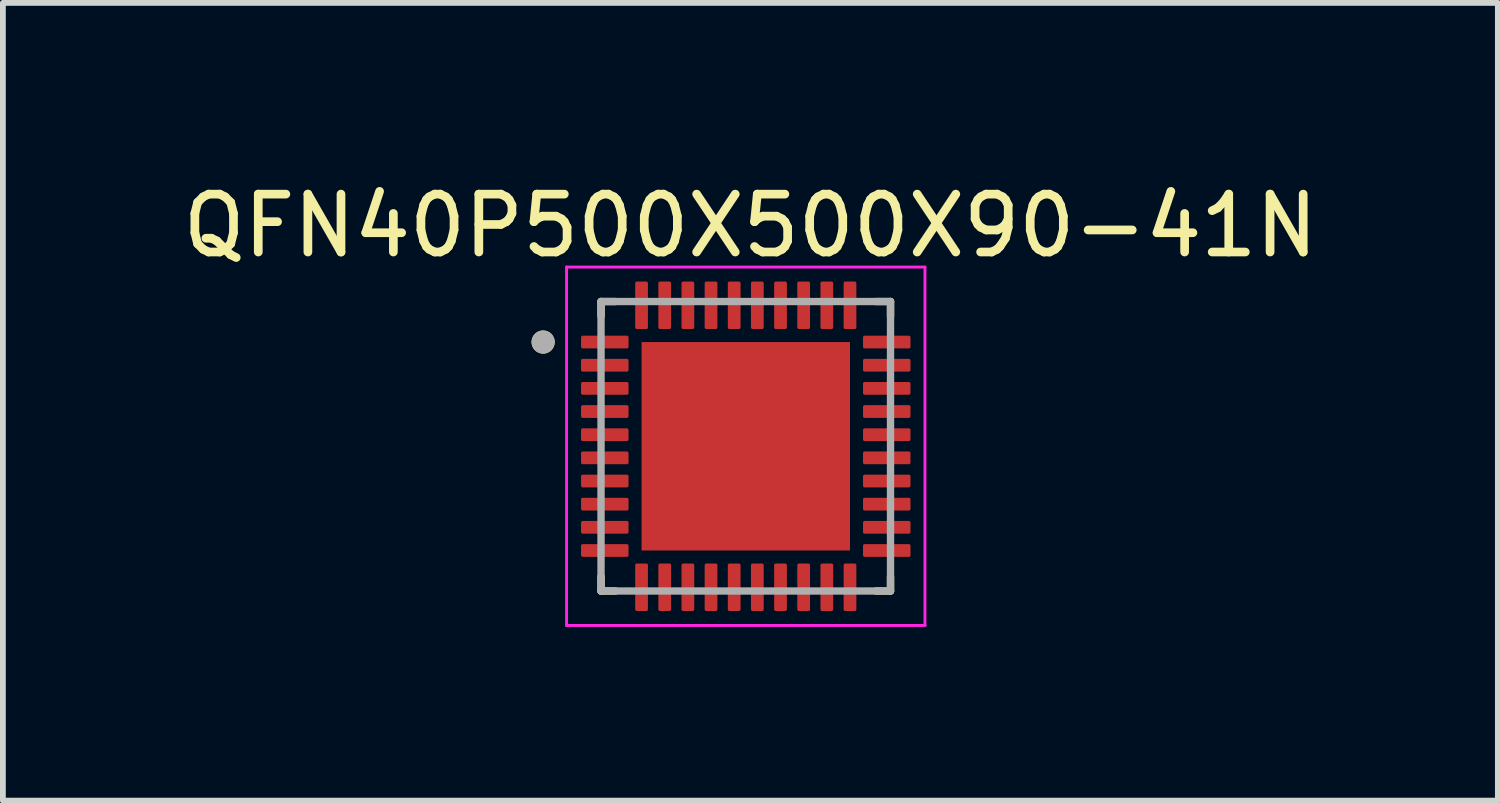
<source format=kicad_pcb>
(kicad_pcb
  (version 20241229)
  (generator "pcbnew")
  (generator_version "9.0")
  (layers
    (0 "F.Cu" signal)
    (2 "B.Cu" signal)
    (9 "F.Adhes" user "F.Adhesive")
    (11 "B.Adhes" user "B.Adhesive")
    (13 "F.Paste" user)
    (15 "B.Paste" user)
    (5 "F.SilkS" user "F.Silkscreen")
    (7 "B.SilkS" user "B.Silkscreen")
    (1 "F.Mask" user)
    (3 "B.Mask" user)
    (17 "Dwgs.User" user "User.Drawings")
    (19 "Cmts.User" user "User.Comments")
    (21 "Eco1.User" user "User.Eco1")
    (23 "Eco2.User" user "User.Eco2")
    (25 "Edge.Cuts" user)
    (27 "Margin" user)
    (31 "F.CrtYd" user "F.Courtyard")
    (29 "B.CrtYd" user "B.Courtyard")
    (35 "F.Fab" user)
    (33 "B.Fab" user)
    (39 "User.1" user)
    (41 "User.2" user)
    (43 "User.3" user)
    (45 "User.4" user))
  (footprint "QFN40P500X500X90-41N"
    (layer "F.Cu")
    (at 9.831 4.658)
    (property "Reference" "QFN40P500X500X90-41N" (at 0.08 -3.81 0) (layer "F.SilkS") (effects (font (size 1 1) (thickness 0.15))))
    (attr smd)
    (fp_line (start -2.5 -2.5) (end -2.5 -2.25) (stroke (width 0.127) (type solid)) (layer "F.SilkS"))
    (fp_line (start -2.5 -2.5) (end -2.25 -2.5) (stroke (width 0.127) (type solid)) (layer "F.SilkS"))
    (fp_line (start -2.5 2.25) (end -2.5 2.5) (stroke (width 0.127) (type solid)) (layer "F.SilkS"))
    (fp_line (start -2.5 2.5) (end -2.25 2.5) (stroke (width 0.127) (type solid)) (layer "F.SilkS"))
    (fp_line (start 2.25 -2.5) (end 2.5 -2.5) (stroke (width 0.127) (type solid)) (layer "F.SilkS"))
    (fp_line (start 2.25 2.5) (end 2.5 2.5) (stroke (width 0.127) (type solid)) (layer "F.SilkS"))
    (fp_line (start 2.5 -2.5) (end 2.5 -2.25) (stroke (width 0.127) (type solid)) (layer "F.SilkS"))
    (fp_line (start 2.5 2.5) (end 2.5 2.25) (stroke (width 0.127) (type solid)) (layer "F.SilkS"))
    (fp_circle (center -3.5 -1.8) (end -3.4 -1.8) (stroke (width 0.2) (type solid)) (fill no) (layer "F.SilkS"))
    (fp_poly (pts (xy -1.14 -1.14) (xy 1.14 -1.14) (xy 1.14 1.14) (xy -1.14 1.14)) (stroke (width 0.01) (type solid)) (fill yes) (layer "F.Paste"))
    (fp_line (start -3.095 -3.095) (end 3.095 -3.095) (stroke (width 0.05) (type solid)) (layer "F.CrtYd"))
    (fp_line (start -3.095 3.095) (end -3.095 -3.095) (stroke (width 0.05) (type solid)) (layer "F.CrtYd"))
    (fp_line (start 3.095 -3.095) (end 3.095 3.095) (stroke (width 0.05) (type solid)) (layer "F.CrtYd"))
    (fp_line (start 3.095 3.095) (end -3.095 3.095) (stroke (width 0.05) (type solid)) (layer "F.CrtYd"))
    (fp_line (start -2.5 -2.5) (end 2.5 -2.5) (stroke (width 0.127) (type solid)) (layer "F.Fab"))
    (fp_line (start -2.5 2.5) (end -2.5 -2.5) (stroke (width 0.127) (type solid)) (layer "F.Fab"))
    (fp_line (start 2.5 -2.5) (end 2.5 2.5) (stroke (width 0.127) (type solid)) (layer "F.Fab"))
    (fp_line (start 2.5 2.5) (end -2.5 2.5) (stroke (width 0.127) (type solid)) (layer "F.Fab"))
    (fp_circle (center -3.5 -1.8) (end -3.4 -1.8) (stroke (width 0.2) (type solid)) (fill no) (layer "F.Fab"))
    (pad "1" smd roundrect (at -2.435 -1.8) (size 0.82 0.22) (layers "F.Cu" "F.Paste") (roundrect_rratio 0.125))
    (pad "2" smd roundrect (at -2.435 -1.4) (size 0.82 0.22) (layers "F.Cu" "F.Paste") (roundrect_rratio 0.125))
    (pad "3" smd roundrect (at -2.435 -1) (size 0.82 0.22) (layers "F.Cu" "F.Paste") (roundrect_rratio 0.125))
    (pad "4" smd roundrect (at -2.435 -0.6) (size 0.82 0.22) (layers "F.Cu" "F.Paste") (roundrect_rratio 0.125))
    (pad "5" smd roundrect (at -2.435 -0.2) (size 0.82 0.22) (layers "F.Cu" "F.Paste") (roundrect_rratio 0.125))
    (pad "6" smd roundrect (at -2.435 0.2) (size 0.82 0.22) (layers "F.Cu" "F.Paste") (roundrect_rratio 0.125))
    (pad "7" smd roundrect (at -2.435 0.6) (size 0.82 0.22) (layers "F.Cu" "F.Paste") (roundrect_rratio 0.125))
    (pad "8" smd roundrect (at -2.435 1) (size 0.82 0.22) (layers "F.Cu" "F.Paste") (roundrect_rratio 0.125))
    (pad "9" smd roundrect (at -2.435 1.4) (size 0.82 0.22) (layers "F.Cu" "F.Paste") (roundrect_rratio 0.125))
    (pad "10" smd roundrect (at -2.435 1.8) (size 0.82 0.22) (layers "F.Cu" "F.Paste") (roundrect_rratio 0.125))
    (pad "11" smd roundrect (at -1.8 2.435) (size 0.22 0.82) (layers "F.Cu" "F.Paste") (roundrect_rratio 0.125))
    (pad "12" smd roundrect (at -1.4 2.435) (size 0.22 0.82) (layers "F.Cu" "F.Paste") (roundrect_rratio 0.125))
    (pad "13" smd roundrect (at -1 2.435) (size 0.22 0.82) (layers "F.Cu" "F.Paste") (roundrect_rratio 0.125))
    (pad "14" smd roundrect (at -0.6 2.435) (size 0.22 0.82) (layers "F.Cu" "F.Paste") (roundrect_rratio 0.125))
    (pad "15" smd roundrect (at -0.2 2.435) (size 0.22 0.82) (layers "F.Cu" "F.Paste") (roundrect_rratio 0.125))
    (pad "16" smd roundrect (at 0.2 2.435) (size 0.22 0.82) (layers "F.Cu" "F.Paste") (roundrect_rratio 0.125))
    (pad "17" smd roundrect (at 0.6 2.435) (size 0.22 0.82) (layers "F.Cu" "F.Paste") (roundrect_rratio 0.125))
    (pad "18" smd roundrect (at 1 2.435) (size 0.22 0.82) (layers "F.Cu" "F.Paste") (roundrect_rratio 0.125))
    (pad "19" smd roundrect (at 1.4 2.435) (size 0.22 0.82) (layers "F.Cu" "F.Paste") (roundrect_rratio 0.125))
    (pad "20" smd roundrect (at 1.8 2.435) (size 0.22 0.82) (layers "F.Cu" "F.Paste") (roundrect_rratio 0.125))
    (pad "21" smd roundrect (at 2.435 1.8) (size 0.82 0.22) (layers "F.Cu" "F.Paste") (roundrect_rratio 0.125))
    (pad "22" smd roundrect (at 2.435 1.4) (size 0.82 0.22) (layers "F.Cu" "F.Paste") (roundrect_rratio 0.125))
    (pad "23" smd roundrect (at 2.435 1) (size 0.82 0.22) (layers "F.Cu" "F.Paste") (roundrect_rratio 0.125))
    (pad "24" smd roundrect (at 2.435 0.6) (size 0.82 0.22) (layers "F.Cu" "F.Paste") (roundrect_rratio 0.125))
    (pad "25" smd roundrect (at 2.435 0.2) (size 0.82 0.22) (layers "F.Cu" "F.Paste") (roundrect_rratio 0.125))
    (pad "26" smd roundrect (at 2.435 -0.2) (size 0.82 0.22) (layers "F.Cu" "F.Paste") (roundrect_rratio 0.125))
    (pad "27" smd roundrect (at 2.435 -0.6) (size 0.82 0.22) (layers "F.Cu" "F.Paste") (roundrect_rratio 0.125))
    (pad "28" smd roundrect (at 2.435 -1) (size 0.82 0.22) (layers "F.Cu" "F.Paste") (roundrect_rratio 0.125))
    (pad "29" smd roundrect (at 2.435 -1.4) (size 0.82 0.22) (layers "F.Cu" "F.Paste") (roundrect_rratio 0.125))
    (pad "30" smd roundrect (at 2.435 -1.8) (size 0.82 0.22) (layers "F.Cu" "F.Paste") (roundrect_rratio 0.125))
    (pad "31" smd roundrect (at 1.8 -2.435) (size 0.22 0.82) (layers "F.Cu" "F.Paste") (roundrect_rratio 0.125))
    (pad "32" smd roundrect (at 1.4 -2.435) (size 0.22 0.82) (layers "F.Cu" "F.Paste") (roundrect_rratio 0.125))
    (pad "33" smd roundrect (at 1 -2.435) (size 0.22 0.82) (layers "F.Cu" "F.Paste") (roundrect_rratio 0.125))
    (pad "34" smd roundrect (at 0.6 -2.435) (size 0.22 0.82) (layers "F.Cu" "F.Paste") (roundrect_rratio 0.125))
    (pad "35" smd roundrect (at 0.2 -2.435) (size 0.22 0.82) (layers "F.Cu" "F.Paste") (roundrect_rratio 0.125))
    (pad "36" smd roundrect (at -0.2 -2.435) (size 0.22 0.82) (layers "F.Cu" "F.Paste") (roundrect_rratio 0.125))
    (pad "37" smd roundrect (at -0.6 -2.435) (size 0.22 0.82) (layers "F.Cu" "F.Paste") (roundrect_rratio 0.125))
    (pad "38" smd roundrect (at -1 -2.435) (size 0.22 0.82) (layers "F.Cu" "F.Paste") (roundrect_rratio 0.125))
    (pad "39" smd roundrect (at -1.4 -2.435) (size 0.22 0.82) (layers "F.Cu" "F.Paste") (roundrect_rratio 0.125))
    (pad "40" smd roundrect (at -1.8 -2.435) (size 0.22 0.82) (layers "F.Cu" "F.Paste") (roundrect_rratio 0.125))
    (pad "41" smd rect (at 0 0) (size 3.6 3.6) (layers "F.Cu" "F.Mask")))
  (gr_rect
    (start -3 -3)
    (end 22.821 10.778)
    (stroke (width 0.1) (type default))
    (fill no)
    (layer "Edge.Cuts")))
</source>
